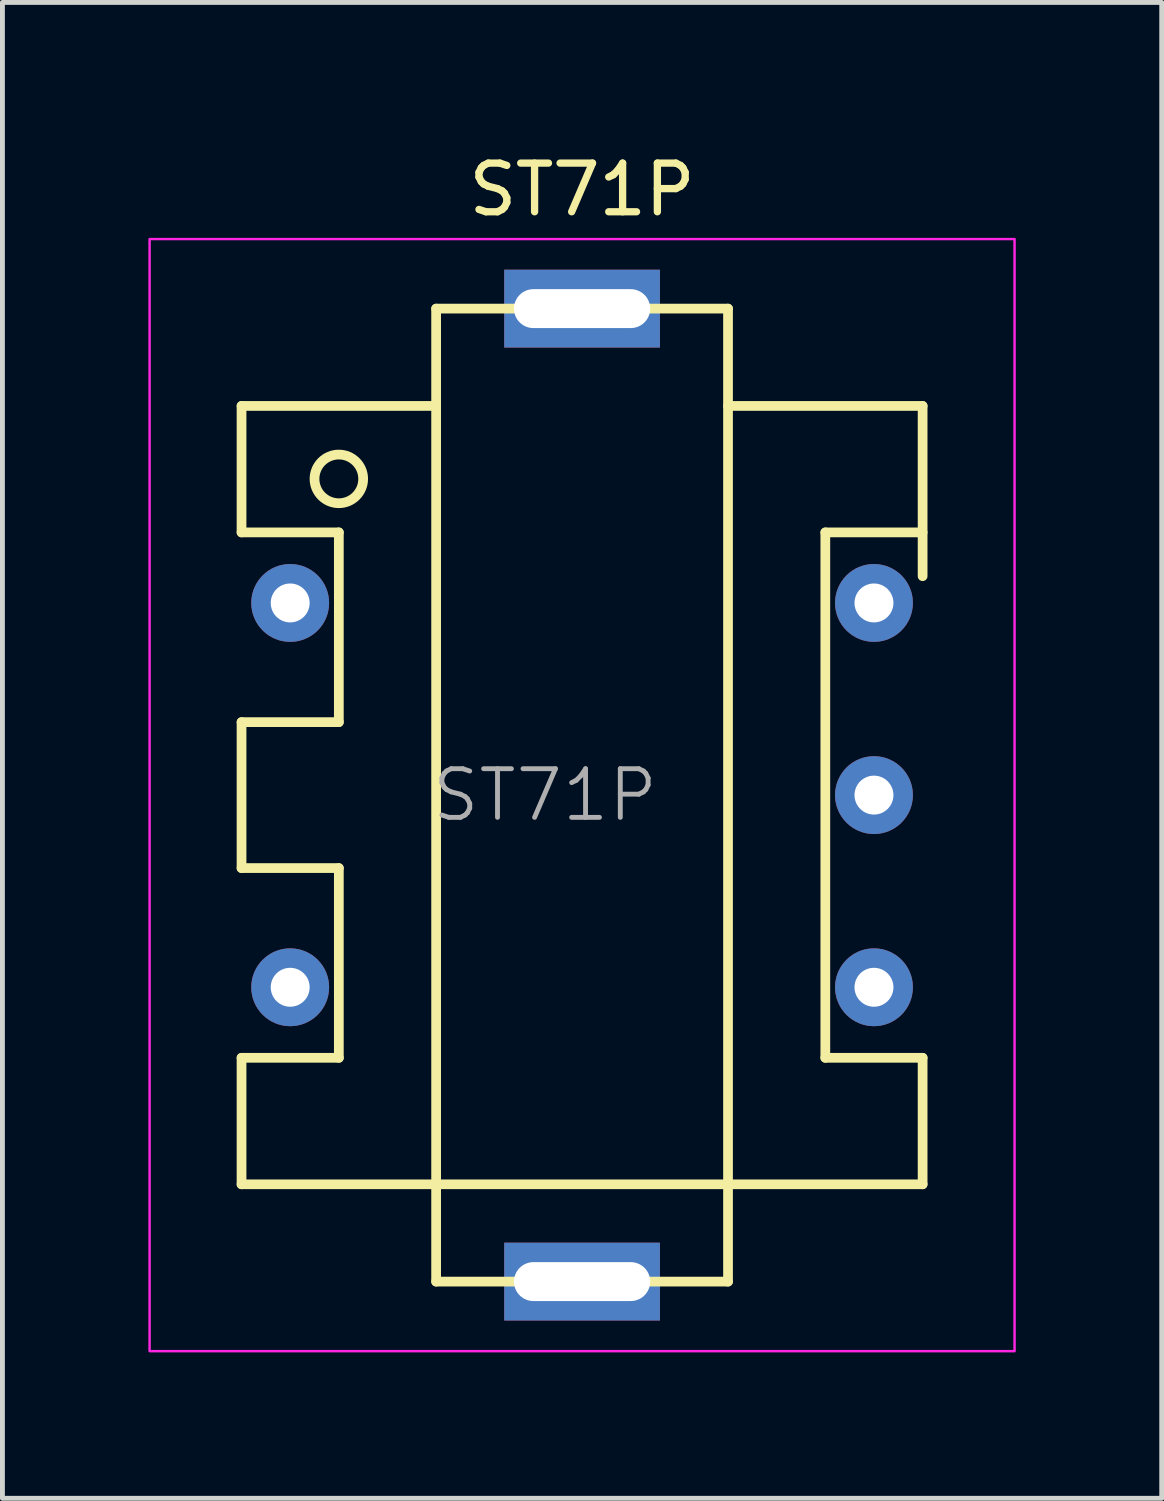
<source format=kicad_pcb>
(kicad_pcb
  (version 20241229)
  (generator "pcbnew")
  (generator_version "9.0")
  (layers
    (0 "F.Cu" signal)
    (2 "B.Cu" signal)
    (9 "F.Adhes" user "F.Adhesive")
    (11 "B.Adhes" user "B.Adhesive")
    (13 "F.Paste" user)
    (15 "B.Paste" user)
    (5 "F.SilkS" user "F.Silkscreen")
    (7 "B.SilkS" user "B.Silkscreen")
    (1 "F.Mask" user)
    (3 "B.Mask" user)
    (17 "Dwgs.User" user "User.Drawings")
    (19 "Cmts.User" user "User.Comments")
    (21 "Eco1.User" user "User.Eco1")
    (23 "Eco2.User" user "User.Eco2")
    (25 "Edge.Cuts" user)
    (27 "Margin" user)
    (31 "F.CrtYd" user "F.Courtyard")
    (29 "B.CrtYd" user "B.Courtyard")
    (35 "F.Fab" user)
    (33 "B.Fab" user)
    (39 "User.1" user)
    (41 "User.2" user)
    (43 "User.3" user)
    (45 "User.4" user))
  (footprint "ST71P"
    (layer "F.Cu")
    (at 8.915 13.294)
    (property "Reference" "ST71P" (at 0 -12.446 0) (layer "F.SilkS") (effects (font (size 1 1) (thickness 0.15))))
    (attr through_hole)
    (fp_line (start -7 -8) (end -7 -5.4) (stroke (width 0.2) (type solid)) (layer "F.SilkS"))
    (fp_line (start -7 -8) (end -3 -8) (stroke (width 0.2) (type solid)) (layer "F.SilkS"))
    (fp_line (start -7 -5.4) (end -5 -5.4) (stroke (width 0.2) (type solid)) (layer "F.SilkS"))
    (fp_line (start -7 -1.5) (end -7 1.5) (stroke (width 0.2) (type solid)) (layer "F.SilkS"))
    (fp_line (start -7 1.5) (end -5 1.5) (stroke (width 0.2) (type solid)) (layer "F.SilkS"))
    (fp_line (start -7 5.4) (end -7 8) (stroke (width 0.2) (type solid)) (layer "F.SilkS"))
    (fp_line (start -5 -5.4) (end -5 -1.5) (stroke (width 0.2) (type solid)) (layer "F.SilkS"))
    (fp_line (start -5 -1.5) (end -7 -1.5) (stroke (width 0.2) (type solid)) (layer "F.SilkS"))
    (fp_line (start -5 1.5) (end -5 5.4) (stroke (width 0.2) (type solid)) (layer "F.SilkS"))
    (fp_line (start -5 5.4) (end -7 5.4) (stroke (width 0.2) (type solid)) (layer "F.SilkS"))
    (fp_line (start -3 -10) (end 3 -10) (stroke (width 0.2) (type solid)) (layer "F.SilkS"))
    (fp_line (start -3 10) (end -3 -10) (stroke (width 0.2) (type solid)) (layer "F.SilkS"))
    (fp_line (start 3 -10) (end 3 10) (stroke (width 0.2) (type solid)) (layer "F.SilkS"))
    (fp_line (start 3 -8) (end 7 -8) (stroke (width 0.2) (type solid)) (layer "F.SilkS"))
    (fp_line (start 3 10) (end -3 10) (stroke (width 0.2) (type solid)) (layer "F.SilkS"))
    (fp_line (start 5 -5.4) (end 5 5.4) (stroke (width 0.2) (type solid)) (layer "F.SilkS"))
    (fp_line (start 5 5.4) (end 7 5.4) (stroke (width 0.2) (type solid)) (layer "F.SilkS"))
    (fp_line (start 7 -8) (end 7 -4.5) (stroke (width 0.2) (type solid)) (layer "F.SilkS"))
    (fp_line (start 7 -5.4) (end 5 -5.4) (stroke (width 0.2) (type solid)) (layer "F.SilkS"))
    (fp_line (start 7 5.4) (end 7 8) (stroke (width 0.2) (type solid)) (layer "F.SilkS"))
    (fp_line (start 7 8) (end -7 8) (stroke (width 0.2) (type solid)) (layer "F.SilkS"))
    (fp_line (start 7 8) (end 7 7) (stroke (width 0.12) (type solid)) (layer "F.SilkS"))
    (fp_circle (center -5 -6.5) (end -4.5 -6.5) (stroke (width 0.2) (type solid)) (fill no) (layer "F.SilkS"))
    (fp_rect (start -8.89 -11.43) (end 8.89 11.43) (stroke (width 0.05) (type default)) (fill no) (layer "F.CrtYd"))
    (fp_text user "${REFERENCE}" (at -0.762 0 0) (layer "F.Fab") (effects (font (size 1 1) (thickness 0.1))))
    (pad "" thru_hole rect (at 0 -10) (size 3.2 1.6) (drill oval 2.8 0.8) (layers "*.Cu" "*.Mask"))
    (pad "" thru_hole rect (at 0 10) (size 3.2 1.6) (drill oval 2.8 0.8) (layers "*.Cu" "*.Mask"))
    (pad "1" thru_hole circle (at -6 -3.95) (size 1.6 1.6) (drill 0.8) (layers "*.Cu" "*.Mask"))
    (pad "2" thru_hole circle (at -6 3.95) (size 1.6 1.6) (drill 0.8) (layers "*.Cu" "*.Mask"))
    (pad "3" thru_hole circle (at 6 3.95) (size 1.6 1.6) (drill 0.8) (layers "*.Cu" "*.Mask"))
    (pad "4" thru_hole circle (at 6 0) (size 1.6 1.6) (drill 0.8) (layers "*.Cu" "*.Mask"))
    (pad "5" thru_hole circle (at 6 -3.95) (size 1.6 1.6) (drill 0.8) (layers "*.Cu" "*.Mask")))
  (gr_rect
    (start -3 -3)
    (end 20.83 27.749)
    (stroke (width 0.1) (type default))
    (fill no)
    (layer "Edge.Cuts")))
</source>
